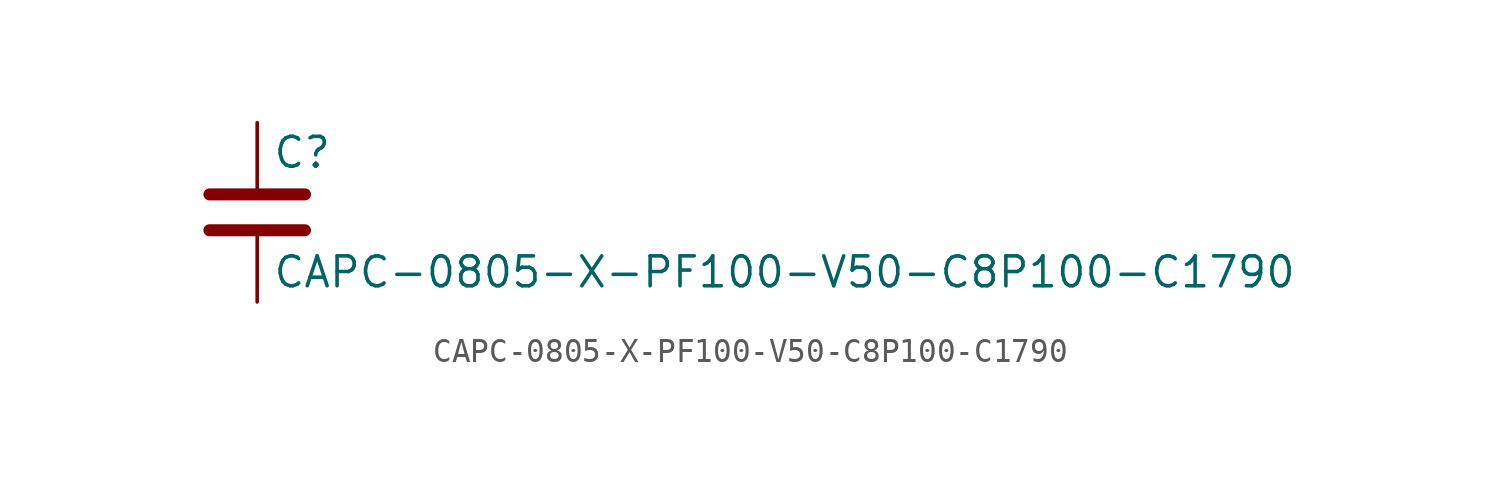
<source format=kicad_sym>
(kicad_symbol_lib
  (version 20211014)
  (generator kicad_symbol_editor)
  (symbol "CAPC-0805-X-PF100-V50-C8P100-C1790"
    (pin_numbers hide)
    (pin_names
      (offset 0.254))
    (property "Reference" "C"
      (at 0.635 2.54 0)
      (effects (font (size 1.27 1.27)) (justify left)))
    (property "Value" "CAPC-0805-X-PF100-V50-C8P100-C1790"
      (at 0.635 -2.54 0)
      (effects (font (size 1.27 1.27)) (justify left)))
    (symbol "CAPC-0805-X-PF100-V50-C8P100-C1790_0_1"
      (polyline (pts (xy -2.032 -0.762) (xy 2.032 -0.762)) (stroke (width 0.508) (type default) (color 0 0 0 0)) (fill (type none)))
      (polyline (pts (xy -2.032 0.762) (xy 2.032 0.762)) (stroke (width 0.508) (type default) (color 0 0 0 0)) (fill (type none))))
    (symbol "CAPC-0805-X-PF100-V50-C8P100-C1790_1_1"
      (pin passive line (at 0 3.81 270) (length 2.794) (name "~" (effects (font (size 1.27 1.27)))) (number "1" (effects (font (size 1.27 1.27)))))
      (pin passive line (at 0 -3.81 90) (length 2.794) (name "~" (effects (font (size 1.27 1.27)))) (number "2" (effects (font (size 1.27 1.27))))))))
</source>
